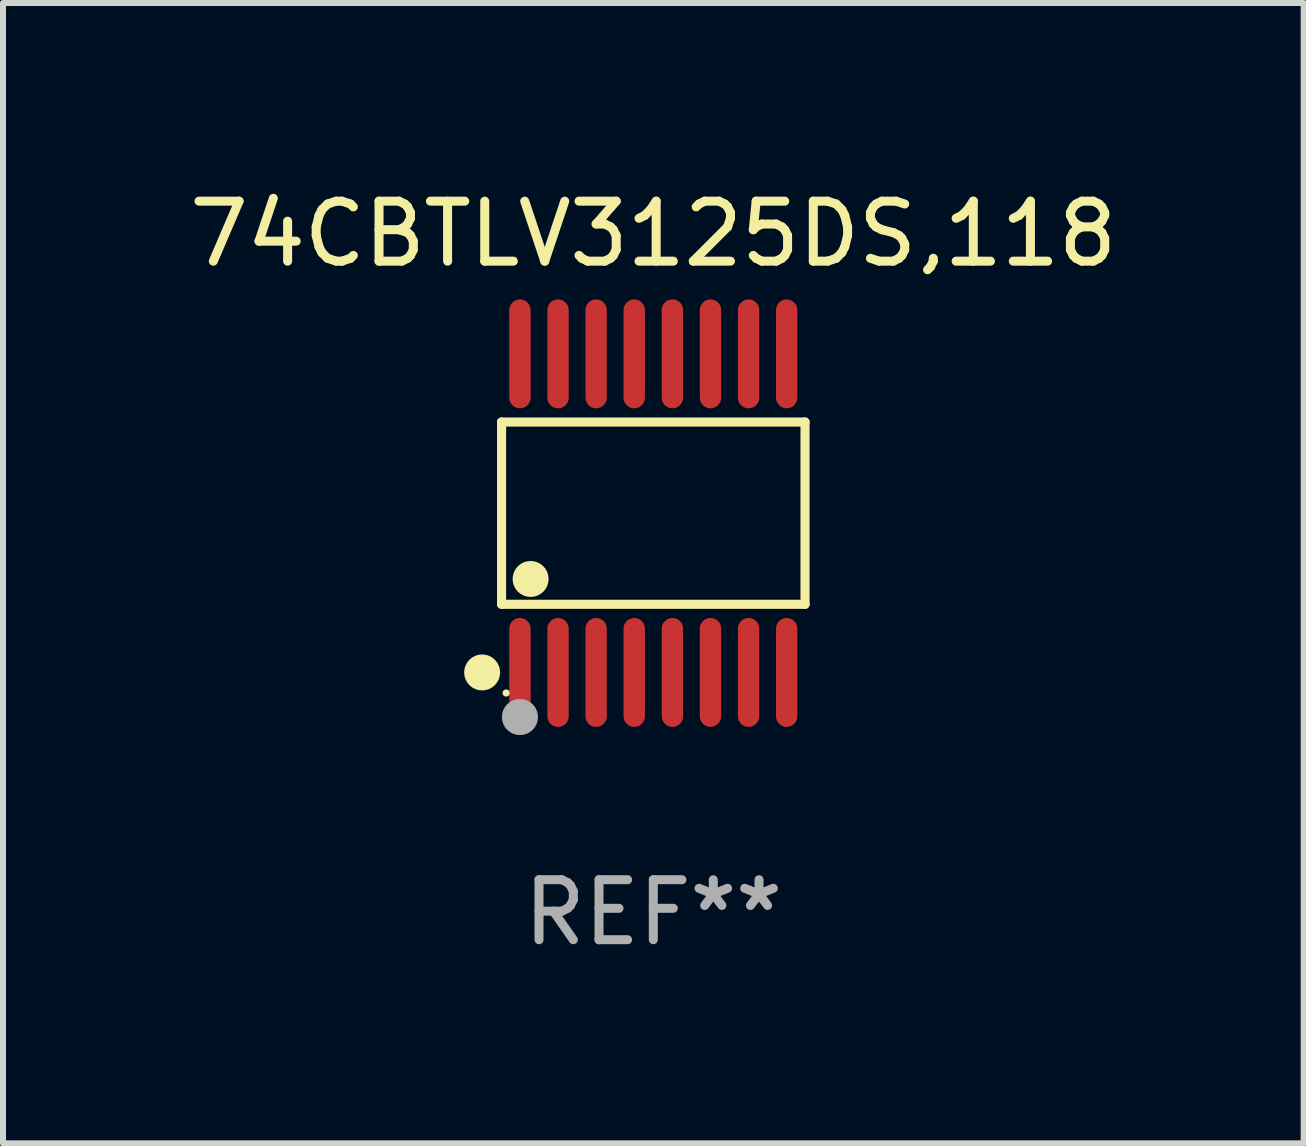
<source format=kicad_pcb>
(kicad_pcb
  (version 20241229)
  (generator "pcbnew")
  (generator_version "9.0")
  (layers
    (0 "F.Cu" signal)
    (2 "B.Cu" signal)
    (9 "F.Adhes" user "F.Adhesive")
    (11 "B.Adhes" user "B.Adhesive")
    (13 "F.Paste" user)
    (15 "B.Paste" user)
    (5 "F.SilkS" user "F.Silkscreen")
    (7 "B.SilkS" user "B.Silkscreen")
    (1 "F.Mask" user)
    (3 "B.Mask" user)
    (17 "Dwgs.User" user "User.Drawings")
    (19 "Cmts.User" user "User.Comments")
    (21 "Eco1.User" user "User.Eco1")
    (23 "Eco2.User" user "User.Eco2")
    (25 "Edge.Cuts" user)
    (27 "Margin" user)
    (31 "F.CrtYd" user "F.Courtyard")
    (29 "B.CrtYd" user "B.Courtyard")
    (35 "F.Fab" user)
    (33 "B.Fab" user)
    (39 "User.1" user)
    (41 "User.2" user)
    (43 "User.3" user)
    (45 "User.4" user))
  (footprint "74CBTLV3125DS,118"
    (layer "F.Cu")
    (at 7.839 5.503)
    (property "Reference" "74CBTLV3125DS,118" (at 0 -4.655 0) (layer "F.SilkS") (effects (font (size 1 1) (thickness 0.15))))
    (attr through_hole)
    (fp_line (start -2.529 -1.519) (end 2.529 -1.519) (stroke (width 0.152) (type solid)) (layer "F.SilkS"))
    (fp_line (start -2.529 1.519) (end -2.529 -1.519) (stroke (width 0.152) (type solid)) (layer "F.SilkS"))
    (fp_line (start 2.529 -1.519) (end 2.529 1.519) (stroke (width 0.152) (type solid)) (layer "F.SilkS"))
    (fp_line (start 2.529 1.519) (end -2.529 1.519) (stroke (width 0.152) (type solid)) (layer "F.SilkS"))
    (fp_circle (center -2.853 2.655) (end -2.703 2.655) (stroke (width 0.3) (type solid)) (fill no) (layer "F.SilkS"))
    (fp_circle (center -2.453 2.998) (end -2.423 2.998) (stroke (width 0.06) (type solid)) (fill no) (layer "F.SilkS"))
    (fp_circle (center -2.045 1.097) (end -1.895 1.097) (stroke (width 0.3) (type solid)) (fill no) (layer "F.SilkS"))
    (fp_circle (center -2.223 3.398) (end -2.072 3.398) (stroke (width 0.3) (type solid)) (fill no) (layer "F.Fab"))
    (fp_text user "REF**" (at 0 6.655 0) (layer "F.Fab") (effects (font (size 1 1) (thickness 0.15))))
    (pad "1" smd oval (at -2.223 2.655) (size 0.356 1.815) (layers "F.Cu" "F.Mask" "F.Paste"))
    (pad "2" smd oval (at -1.588 2.655) (size 0.356 1.815) (layers "F.Cu" "F.Mask" "F.Paste"))
    (pad "3" smd oval (at -0.953 2.655) (size 0.356 1.815) (layers "F.Cu" "F.Mask" "F.Paste"))
    (pad "4" smd oval (at -0.318 2.655) (size 0.356 1.815) (layers "F.Cu" "F.Mask" "F.Paste"))
    (pad "5" smd oval (at 0.318 2.655) (size 0.356 1.815) (layers "F.Cu" "F.Mask" "F.Paste"))
    (pad "6" smd oval (at 0.953 2.655) (size 0.356 1.815) (layers "F.Cu" "F.Mask" "F.Paste"))
    (pad "7" smd oval (at 1.588 2.655) (size 0.356 1.815) (layers "F.Cu" "F.Mask" "F.Paste"))
    (pad "8" smd oval (at 2.223 2.655) (size 0.356 1.815) (layers "F.Cu" "F.Mask" "F.Paste"))
    (pad "9" smd oval (at 2.223 -2.655) (size 0.356 1.815) (layers "F.Cu" "F.Mask" "F.Paste"))
    (pad "10" smd oval (at 1.588 -2.655) (size 0.356 1.815) (layers "F.Cu" "F.Mask" "F.Paste"))
    (pad "11" smd oval (at 0.953 -2.655) (size 0.356 1.815) (layers "F.Cu" "F.Mask" "F.Paste"))
    (pad "12" smd oval (at 0.318 -2.655) (size 0.356 1.815) (layers "F.Cu" "F.Mask" "F.Paste"))
    (pad "13" smd oval (at -0.318 -2.655) (size 0.356 1.815) (layers "F.Cu" "F.Mask" "F.Paste"))
    (pad "14" smd oval (at -0.953 -2.655) (size 0.356 1.815) (layers "F.Cu" "F.Mask" "F.Paste"))
    (pad "15" smd oval (at -1.588 -2.655) (size 0.356 1.815) (layers "F.Cu" "F.Mask" "F.Paste"))
    (pad "16" smd oval (at -2.223 -2.655) (size 0.356 1.815) (layers "F.Cu" "F.Mask" "F.Paste")))
  (gr_rect
    (start -3 -3)
    (end 18.679 16.006)
    (stroke (width 0.1) (type default))
    (fill no)
    (layer "Edge.Cuts")))
</source>
